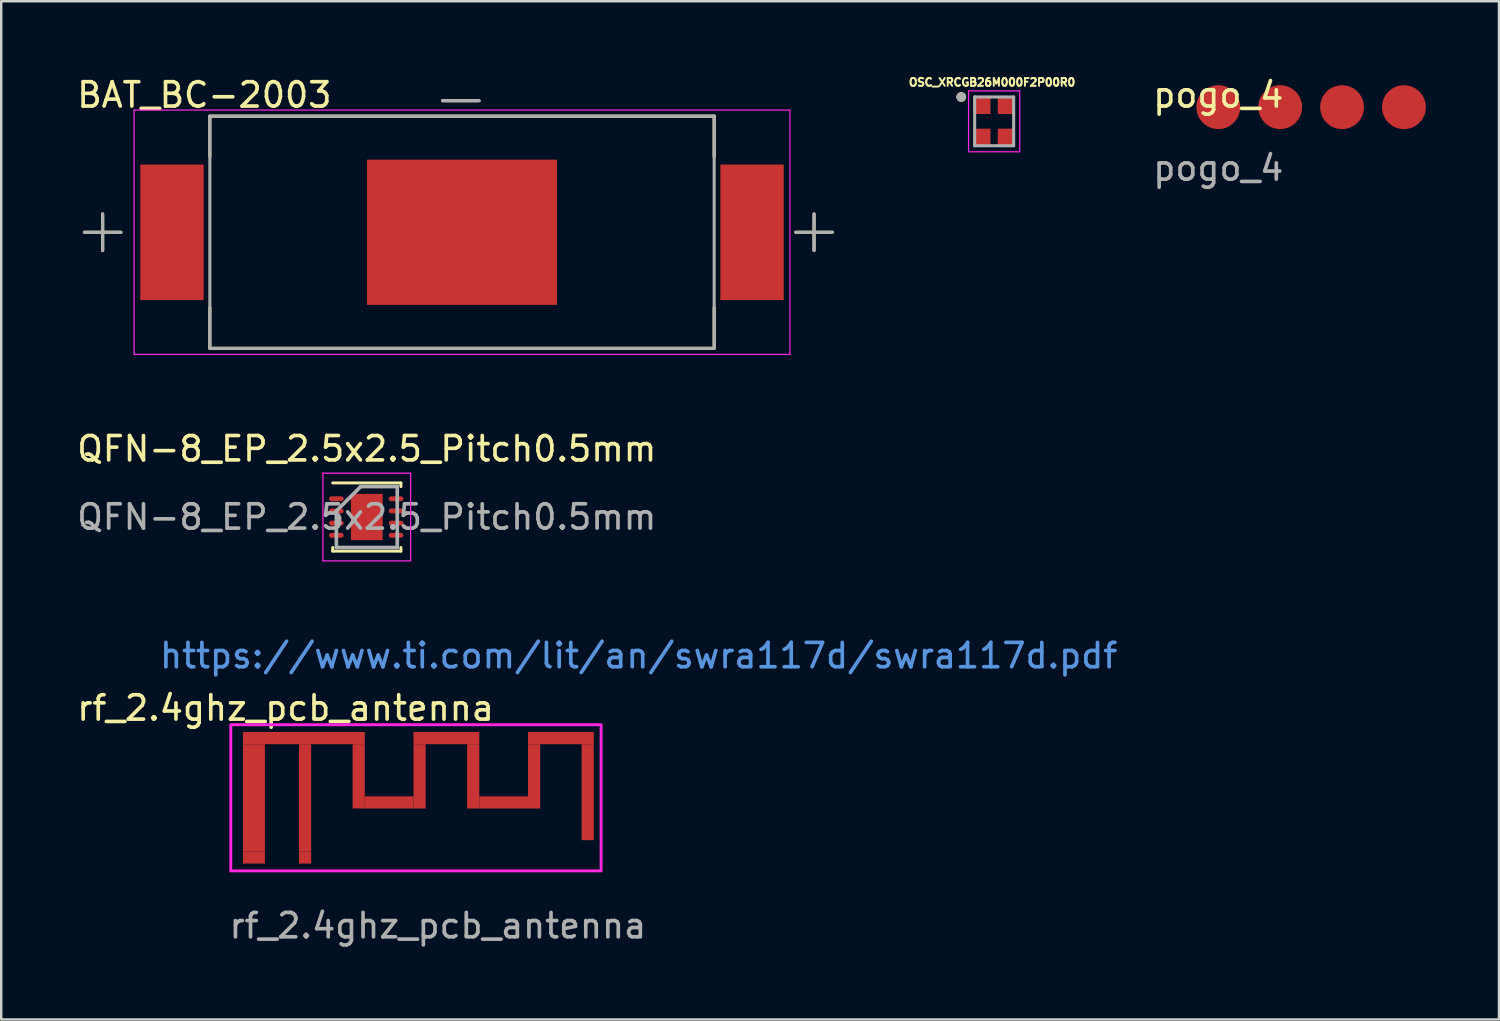
<source format=kicad_pcb>
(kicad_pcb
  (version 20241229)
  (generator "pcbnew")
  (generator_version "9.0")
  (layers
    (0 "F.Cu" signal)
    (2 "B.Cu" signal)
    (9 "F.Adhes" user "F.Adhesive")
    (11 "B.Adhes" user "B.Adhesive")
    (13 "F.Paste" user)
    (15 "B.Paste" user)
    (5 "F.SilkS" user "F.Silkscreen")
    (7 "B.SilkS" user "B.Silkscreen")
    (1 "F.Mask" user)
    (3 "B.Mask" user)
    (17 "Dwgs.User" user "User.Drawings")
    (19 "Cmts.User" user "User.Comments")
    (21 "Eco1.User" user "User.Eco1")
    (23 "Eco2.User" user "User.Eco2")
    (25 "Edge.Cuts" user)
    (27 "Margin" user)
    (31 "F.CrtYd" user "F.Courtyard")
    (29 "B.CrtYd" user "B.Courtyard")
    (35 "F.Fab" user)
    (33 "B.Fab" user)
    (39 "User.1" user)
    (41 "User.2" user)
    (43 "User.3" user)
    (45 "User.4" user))
  (footprint "pogo_4"
    (layer "F.Cu")
    (at 46.957 1.348)
    (property "Reference" "pogo_4" (at 0 -0.5 0) (unlocked yes) (layer "F.SilkS") (effects (font (size 1 1) (thickness 0.15))))
    (attr smd)
    (fp_text user "${REFERENCE}" (at 0 2.5 0) (unlocked yes) (layer "F.Fab") (effects (font (size 1 1) (thickness 0.15))))
    (pad "1" smd circle (at 0 0) (size 1.8 1.8) (property pad_prop_testpoint) (layers "F.Cu" "F.Mask" "F.Paste"))
    (pad "2" smd circle (at 2.54 0) (size 1.8 1.8) (property pad_prop_testpoint) (layers "F.Cu" "F.Mask" "F.Paste"))
    (pad "3" smd circle (at 5.08 0) (size 1.8 1.8) (property pad_prop_testpoint) (layers "F.Cu" "F.Mask" "F.Paste"))
    (pad "4" smd circle (at 7.62 0) (size 1.8 1.8) (property pad_prop_testpoint) (layers "F.Cu" "F.Mask" "F.Paste")))
  (footprint "BAT_BC-2003"
    (layer "F.Cu")
    (at 15.914 6.483)
    (property "Reference" "BAT_BC-2003" (at -10.575 -5.635 0) (layer "F.SilkS") (effects (font (size 1 1) (thickness 0.15))))
    (attr smd)
    (fp_line (start -15.5 0) (end -14 0) (stroke (width 0.127) (type solid)) (layer "F.SilkS"))
    (fp_line (start -14.75 0.75) (end -14.75 -0.75) (stroke (width 0.127) (type solid)) (layer "F.SilkS"))
    (fp_line (start -10.35 -4.765) (end 10.35 -4.765) (stroke (width 0.127) (type solid)) (layer "F.SilkS"))
    (fp_line (start -10.35 -3.1) (end -10.35 -4.765) (stroke (width 0.127) (type solid)) (layer "F.SilkS"))
    (fp_line (start -10.35 4.765) (end -10.35 3.1) (stroke (width 0.127) (type solid)) (layer "F.SilkS"))
    (fp_line (start -0.8 -5.4) (end 0.7 -5.4) (stroke (width 0.127) (type solid)) (layer "F.SilkS"))
    (fp_line (start 10.35 -4.765) (end 10.35 -3.1) (stroke (width 0.127) (type solid)) (layer "F.SilkS"))
    (fp_line (start 10.35 3.1) (end 10.35 4.765) (stroke (width 0.127) (type solid)) (layer "F.SilkS"))
    (fp_line (start 10.35 4.765) (end -10.35 4.765) (stroke (width 0.127) (type solid)) (layer "F.SilkS"))
    (fp_line (start 13.7 0) (end 15.2 0) (stroke (width 0.127) (type solid)) (layer "F.SilkS"))
    (fp_line (start 14.45 0.75) (end 14.45 -0.75) (stroke (width 0.127) (type solid)) (layer "F.SilkS"))
    (fp_line (start -13.46 -5.015) (end -13.46 5.015) (stroke (width 0.05) (type solid)) (layer "F.CrtYd"))
    (fp_line (start -13.46 5.015) (end 13.46 5.015) (stroke (width 0.05) (type solid)) (layer "F.CrtYd"))
    (fp_line (start 13.46 -5.015) (end -13.46 -5.015) (stroke (width 0.05) (type solid)) (layer "F.CrtYd"))
    (fp_line (start 13.46 5.015) (end 13.46 -5.015) (stroke (width 0.05) (type solid)) (layer "F.CrtYd"))
    (fp_line (start -15.5 0) (end -14 0) (stroke (width 0.127) (type solid)) (layer "F.Fab"))
    (fp_line (start -14.75 0.75) (end -14.75 -0.75) (stroke (width 0.127) (type solid)) (layer "F.Fab"))
    (fp_line (start -10.35 -4.765) (end -10.35 4.765) (stroke (width 0.127) (type solid)) (layer "F.Fab"))
    (fp_line (start -10.35 -4.765) (end 10.35 -4.765) (stroke (width 0.127) (type solid)) (layer "F.Fab"))
    (fp_line (start -10.35 4.765) (end 10.35 4.765) (stroke (width 0.127) (type solid)) (layer "F.Fab"))
    (fp_line (start -0.8 -5.4) (end 0.7 -5.4) (stroke (width 0.127) (type solid)) (layer "F.Fab"))
    (fp_line (start 10.35 -4.765) (end 10.35 4.765) (stroke (width 0.127) (type solid)) (layer "F.Fab"))
    (fp_line (start 13.7 0) (end 15.2 0) (stroke (width 0.127) (type solid)) (layer "F.Fab"))
    (fp_line (start 14.45 0.75) (end 14.45 -0.75) (stroke (width 0.127) (type solid)) (layer "F.Fab"))
    (pad "-" smd rect (at 0 0) (size 7.8 5.96) (layers "F.Cu" "F.Mask"))
    (pad "S1+" smd rect (at -11.905 0) (size 2.6 5.56) (layers "F.Cu" "F.Mask" "F.Paste"))
    (pad "S2+" smd rect (at 11.905 0) (size 2.6 5.56) (layers "F.Cu" "F.Mask" "F.Paste")))
  (footprint "rf_2.4ghz_pcb_antenna"
    (layer "F.Cu")
    (at 6.423 26.697)
    (property "Reference" "rf_2.4ghz_pcb_antenna" (at 2.25 -0.686 0) (unlocked yes) (layer "F.SilkS") (effects (font (size 1 1) (thickness 0.15))))
    (attr smd)
    (fp_rect (start 0.5 0.3) (end 5.5 0.8) (stroke (width 0) (type default)) (fill yes) (layer "F.Cu"))
    (fp_rect (start 0.5 0.8) (end 1.4 5.2) (stroke (width 0) (type solid)) (fill yes) (layer "F.Cu"))
    (fp_rect (start 2.8 0.8) (end 3.3 5.2) (stroke (width 0) (type default)) (fill yes) (layer "F.Cu"))
    (fp_rect (start 5 0.8) (end 5.5 3.44) (stroke (width 0) (type default)) (fill yes) (layer "F.Cu"))
    (fp_rect (start 5.5 2.94) (end 7.5 3.44) (stroke (width 0) (type default)) (fill yes) (layer "F.Cu"))
    (fp_rect (start 7.5 0.3) (end 10.2 0.8) (stroke (width 0) (type default)) (fill yes) (layer "F.Cu"))
    (fp_rect (start 7.5 0.8) (end 8 3.44) (stroke (width 0) (type default)) (fill yes) (layer "F.Cu"))
    (fp_rect (start 9.7 0.8) (end 10.2 3.44) (stroke (width 0) (type default)) (fill yes) (layer "F.Cu"))
    (fp_rect (start 10.2 2.94) (end 12.2 3.44) (stroke (width 0) (type default)) (fill yes) (layer "F.Cu"))
    (fp_rect (start 12.2 0.3) (end 14.9 0.8) (stroke (width 0) (type default)) (fill yes) (layer "F.Cu"))
    (fp_rect (start 12.2 0.8) (end 12.7 3.44) (stroke (width 0) (type default)) (fill yes) (layer "F.Cu"))
    (fp_rect (start 14.4 0.8) (end 14.9 4.74) (stroke (width 0) (type solid)) (fill yes) (layer "F.Cu"))
    (fp_rect (start 0 0) (end 15.2 6) (stroke (width 0.12) (type default)) (fill no) (layer "F.CrtYd"))
    (fp_text user "https://www.ti.com/lit/an/swra117d/swra117d.pdf" (at -3 -2.25 0) (unlocked yes) (layer "Cmts.User") (effects (font (size 1 1) (thickness 0.15)) (justify left bottom)))
    (fp_text user "${REFERENCE}" (at 8.5 8.25 0) (unlocked yes) (layer "F.Fab") (effects (font (size 1 1) (thickness 0.15))))
    (pad "1" connect rect (at 3.05 5.45) (size 0.5 0.5) (layers "F.Cu" "F.Mask"))
    (pad "2" connect rect (at 0.95 5.45 90) (size 0.5 0.9) (layers "F.Cu" "F.Mask"))
    (zone (net_name "") (layers "F.Cu" "B.Cu") (hatch edge 0.5) (connect_pads) (min_thickness 0.25) (filled_areas_thickness no) (keepout (tracks not_allowed) (vias not_allowed) (pads not_allowed) (copperpour not_allowed) (footprints allowed)) (placement (enabled no)) (fill) (polygon (pts (xy 6.423 26.697) (xy 6.423 31.896) (xy 21.623 31.896) (xy 21.623 26.697)))))
  (footprint "OSC_XRCGB26M000F2P00R0"
    (layer "F.Cu")
    (at 37.756 1.931)
    (property "Reference" "OSC_XRCGB26M000F2P00R0" (at -0.084 -1.603 0) (layer "F.SilkS") (effects (font (size 0.32 0.32) (thickness 0.08))))
    (attr smd)
    (fp_circle (center -1.35 -1) (end -1.25 -1) (stroke (width 0.2) (type solid)) (fill no) (layer "F.SilkS"))
    (fp_line (start -1.05 -1.25) (end 1.05 -1.25) (stroke (width 0.05) (type solid)) (layer "F.CrtYd"))
    (fp_line (start -1.05 1.25) (end -1.05 -1.25) (stroke (width 0.05) (type solid)) (layer "F.CrtYd"))
    (fp_line (start 1.05 -1.25) (end 1.05 1.25) (stroke (width 0.05) (type solid)) (layer "F.CrtYd"))
    (fp_line (start 1.05 1.25) (end -1.05 1.25) (stroke (width 0.05) (type solid)) (layer "F.CrtYd"))
    (fp_line (start -0.8 -1) (end 0.8 -1) (stroke (width 0.127) (type solid)) (layer "F.Fab"))
    (fp_line (start -0.8 1) (end -0.8 -1) (stroke (width 0.127) (type solid)) (layer "F.Fab"))
    (fp_line (start 0.8 -1) (end 0.8 1) (stroke (width 0.127) (type solid)) (layer "F.Fab"))
    (fp_line (start 0.8 1) (end -0.8 1) (stroke (width 0.127) (type solid)) (layer "F.Fab"))
    (fp_circle (center -1.35 -1) (end -1.25 -1) (stroke (width 0.2) (type solid)) (fill no) (layer "F.Fab"))
    (pad "1" smd rect (at -0.5 -0.675) (size 0.7 0.75) (layers "F.Cu" "F.Mask" "F.Paste"))
    (pad "2" smd rect (at -0.5 0.675) (size 0.7 0.75) (layers "F.Cu" "F.Mask" "F.Paste"))
    (pad "3" smd rect (at 0.5 0.675) (size 0.7 0.75) (layers "F.Cu" "F.Mask" "F.Paste"))
    (pad "4" smd rect (at 0.5 -0.675) (size 0.7 0.75) (layers "F.Cu" "F.Mask" "F.Paste")))
  (footprint "QFN-8_EP_2.5x2.5_Pitch0.5mm"
    (layer "F.Cu")
    (at 12.006 18.172)
    (property "Reference" "QFN-8_EP_2.5x2.5_Pitch0.5mm" (at 0 -2.8 0) (layer "F.SilkS") (effects (font (size 1 1) (thickness 0.15))))
    (attr smd)
    (fp_line (start -1.4 -1.4) (end 1.4 -1.4) (stroke (width 0.12) (type default)) (layer "F.SilkS"))
    (fp_line (start -1.4 1.25) (end -1.4 1.4) (stroke (width 0.12) (type default)) (layer "F.SilkS"))
    (fp_line (start -1.4 1.4) (end 1.4 1.4) (stroke (width 0.12) (type default)) (layer "F.SilkS"))
    (fp_line (start 1.4 -1.4) (end 1.4 -1.25) (stroke (width 0.12) (type default)) (layer "F.SilkS"))
    (fp_line (start 1.4 1.4) (end 1.4 1.25) (stroke (width 0.12) (type default)) (layer "F.SilkS"))
    (fp_line (start -1.8 -1.8) (end 1.8 -1.8) (stroke (width 0.05) (type default)) (layer "F.CrtYd"))
    (fp_line (start -1.8 1.8) (end -1.8 -1.8) (stroke (width 0.05) (type default)) (layer "F.CrtYd"))
    (fp_line (start 1.8 -1.8) (end 1.8 1.8) (stroke (width 0.05) (type default)) (layer "F.CrtYd"))
    (fp_line (start 1.8 1.8) (end -1.8 1.8) (stroke (width 0.05) (type default)) (layer "F.CrtYd"))
    (fp_line (start -1.25 -0.25) (end -1.25 1.25) (stroke (width 0.15) (type default)) (layer "F.Fab"))
    (fp_line (start -1.25 1.25) (end 1.25 1.25) (stroke (width 0.15) (type default)) (layer "F.Fab"))
    (fp_line (start -0.25 -1.25) (end -1.25 -0.25) (stroke (width 0.15) (type default)) (layer "F.Fab"))
    (fp_line (start 1.25 -1.25) (end -0.25 -1.25) (stroke (width 0.15) (type default)) (layer "F.Fab"))
    (fp_line (start 1.25 1.25) (end 1.25 -1.25) (stroke (width 0.15) (type default)) (layer "F.Fab"))
    (fp_text user "${REFERENCE}" (at 0 0 0) (layer "F.Fab") (effects (font (size 1 1) (thickness 0.15))))
    (pad "" smd rect (at -0.487 -0.713) (size 0.000001 0.15) (layers "F.Paste"))
    (pad "" smd rect (at -0.487 -0.237) (size 0.000001 0.15) (layers "F.Paste"))
    (pad "" smd rect (at -0.487 0.237) (size 0.000001 0.15) (layers "F.Paste"))
    (pad "" smd rect (at -0.487 0.713) (size 0.000001 0.15) (layers "F.Paste"))
    (pad "" smd rect (at -0.163 -0.713) (size 0.000001 0.15) (layers "F.Paste"))
    (pad "" smd rect (at -0.163 -0.237) (size 0.000001 0.15) (layers "F.Paste"))
    (pad "" smd rect (at -0.163 0.237) (size 0.000001 0.15) (layers "F.Paste"))
    (pad "" smd rect (at -0.163 0.713) (size 0.000001 0.15) (layers "F.Paste"))
    (pad "" smd rect (at 0.163 -0.713) (size 0.000001 0.15) (layers "F.Paste"))
    (pad "" smd rect (at 0.163 -0.237) (size 0.000001 0.15) (layers "F.Paste"))
    (pad "" smd rect (at 0.163 0.237) (size 0.000001 0.15) (layers "F.Paste"))
    (pad "" smd rect (at 0.163 0.713) (size 0.000001 0.15) (layers "F.Paste"))
    (pad "" smd rect (at 0.487 -0.713) (size 0.000001 0.15) (layers "F.Paste"))
    (pad "" smd rect (at 0.487 -0.237) (size 0.000001 0.15) (layers "F.Paste"))
    (pad "" smd rect (at 0.487 0.237) (size 0.000001 0.15) (layers "F.Paste"))
    (pad "" smd rect (at 0.487 0.713) (size 0.000001 0.15) (layers "F.Paste"))
    (pad "1" smd oval (at -1.25 -0.75 90) (size 0.2 0.6) (layers "F.Cu" "F.Mask" "F.Paste"))
    (pad "2" smd oval (at -1.25 -0.25 90) (size 0.2 0.6) (layers "F.Cu" "F.Mask" "F.Paste"))
    (pad "3" smd oval (at -1.25 0.25 90) (size 0.2 0.6) (layers "F.Cu" "F.Mask" "F.Paste"))
    (pad "4" smd oval (at -1.25 0.75 90) (size 0.2 0.6) (layers "F.Cu" "F.Mask" "F.Paste"))
    (pad "5" smd oval (at 1.2 0.75 90) (size 0.2 0.6) (layers "F.Cu" "F.Mask" "F.Paste"))
    (pad "6" smd oval (at 1.2 0.25 90) (size 0.2 0.6) (layers "F.Cu" "F.Mask" "F.Paste"))
    (pad "7" smd oval (at 1.2 -0.25 90) (size 0.2 0.6) (layers "F.Cu" "F.Mask" "F.Paste"))
    (pad "8" smd oval (at 1.2 -0.75 90) (size 0.2 0.6) (layers "F.Cu" "F.Mask" "F.Paste"))
    (pad "9" smd rect (at 0 0) (size 1.3 1.9) (layers "F.Cu" "F.Mask")))
  (gr_rect
    (start -3 -3)
    (end 58.477 38.795)
    (stroke (width 0.1) (type default))
    (fill no)
    (layer "Edge.Cuts")))
</source>
